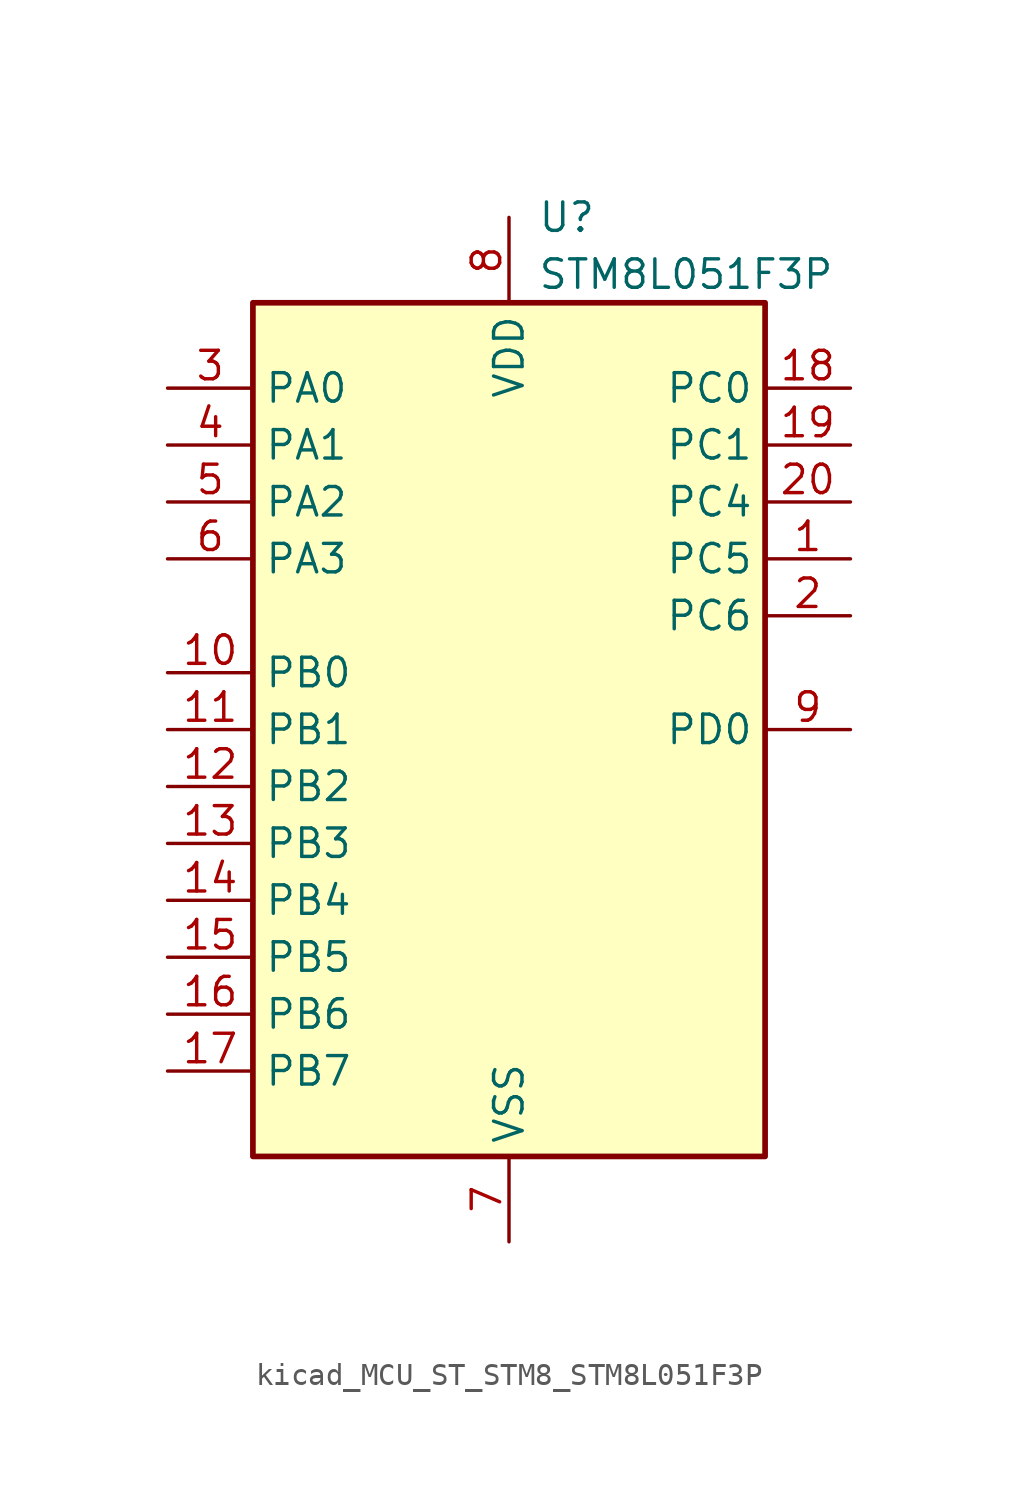
<source format=kicad_sym>
(kicad_symbol_lib
  (version 20220914)
  (generator kicad_symbol_editor)
  (symbol "kicad_MCU_ST_STM8_STM8L051F3P"
    (property "Reference" "U"
      (at 1.27 22.86 0)
      (effects (font (size 1.27 1.27)) (justify left)))
    (property "Value" "STM8L051F3P"
      (at 1.27 20.32 0)
      (effects (font (size 1.27 1.27)) (justify left)))
    (symbol "kicad_MCU_ST_STM8_STM8L051F3P_0_1"
      (rectangle (start -11.43 19.05) (end 11.43 -19.05) (stroke (width 0.254) (type default)) (fill (type background))))
    (symbol "kicad_MCU_ST_STM8_STM8L051F3P_1_1"
      (pin bidirectional line (at 15.24 7.62 180) (length 3.81) (name "PC5" (effects (font (size 1.27 1.27)))) (number "1" (effects (font (size 1.27 1.27)))))
      (pin bidirectional line (at -15.24 2.54 0) (length 3.81) (name "PB0" (effects (font (size 1.27 1.27)))) (number "10" (effects (font (size 1.27 1.27)))))
      (pin bidirectional line (at -15.24 0 0) (length 3.81) (name "PB1" (effects (font (size 1.27 1.27)))) (number "11" (effects (font (size 1.27 1.27)))))
      (pin bidirectional line (at -15.24 -2.54 0) (length 3.81) (name "PB2" (effects (font (size 1.27 1.27)))) (number "12" (effects (font (size 1.27 1.27)))))
      (pin bidirectional line (at -15.24 -5.08 0) (length 3.81) (name "PB3" (effects (font (size 1.27 1.27)))) (number "13" (effects (font (size 1.27 1.27)))))
      (pin bidirectional line (at -15.24 -7.62 0) (length 3.81) (name "PB4" (effects (font (size 1.27 1.27)))) (number "14" (effects (font (size 1.27 1.27)))))
      (pin bidirectional line (at -15.24 -10.16 0) (length 3.81) (name "PB5" (effects (font (size 1.27 1.27)))) (number "15" (effects (font (size 1.27 1.27)))))
      (pin bidirectional line (at -15.24 -12.7 0) (length 3.81) (name "PB6" (effects (font (size 1.27 1.27)))) (number "16" (effects (font (size 1.27 1.27)))))
      (pin bidirectional line (at -15.24 -15.24 0) (length 3.81) (name "PB7" (effects (font (size 1.27 1.27)))) (number "17" (effects (font (size 1.27 1.27)))))
      (pin bidirectional line (at 15.24 15.24 180) (length 3.81) (name "PC0" (effects (font (size 1.27 1.27)))) (number "18" (effects (font (size 1.27 1.27)))))
      (pin bidirectional line (at 15.24 12.7 180) (length 3.81) (name "PC1" (effects (font (size 1.27 1.27)))) (number "19" (effects (font (size 1.27 1.27)))))
      (pin bidirectional line (at 15.24 5.08 180) (length 3.81) (name "PC6" (effects (font (size 1.27 1.27)))) (number "2" (effects (font (size 1.27 1.27)))))
      (pin bidirectional line (at 15.24 10.16 180) (length 3.81) (name "PC4" (effects (font (size 1.27 1.27)))) (number "20" (effects (font (size 1.27 1.27)))))
      (pin power_in line (at -15.24 15.24 0) (length 3.81) (name "PA0" (effects (font (size 1.27 1.27)))) (number "3" (effects (font (size 1.27 1.27)))))
      (pin bidirectional line (at -15.24 12.7 0) (length 3.81) (name "PA1" (effects (font (size 1.27 1.27)))) (number "4" (effects (font (size 1.27 1.27)))))
      (pin bidirectional line (at -15.24 10.16 0) (length 3.81) (name "PA2" (effects (font (size 1.27 1.27)))) (number "5" (effects (font (size 1.27 1.27)))))
      (pin bidirectional line (at -15.24 7.62 0) (length 3.81) (name "PA3" (effects (font (size 1.27 1.27)))) (number "6" (effects (font (size 1.27 1.27)))))
      (pin power_in line (at 0 -22.86 90) (length 3.81) (name "VSS" (effects (font (size 1.27 1.27)))) (number "7" (effects (font (size 1.27 1.27)))))
      (pin power_in line (at 0 22.86 270) (length 3.81) (name "VDD" (effects (font (size 1.27 1.27)))) (number "8" (effects (font (size 1.27 1.27)))))
      (pin bidirectional line (at 15.24 0 180) (length 3.81) (name "PD0" (effects (font (size 1.27 1.27)))) (number "9" (effects (font (size 1.27 1.27))))))))
</source>
